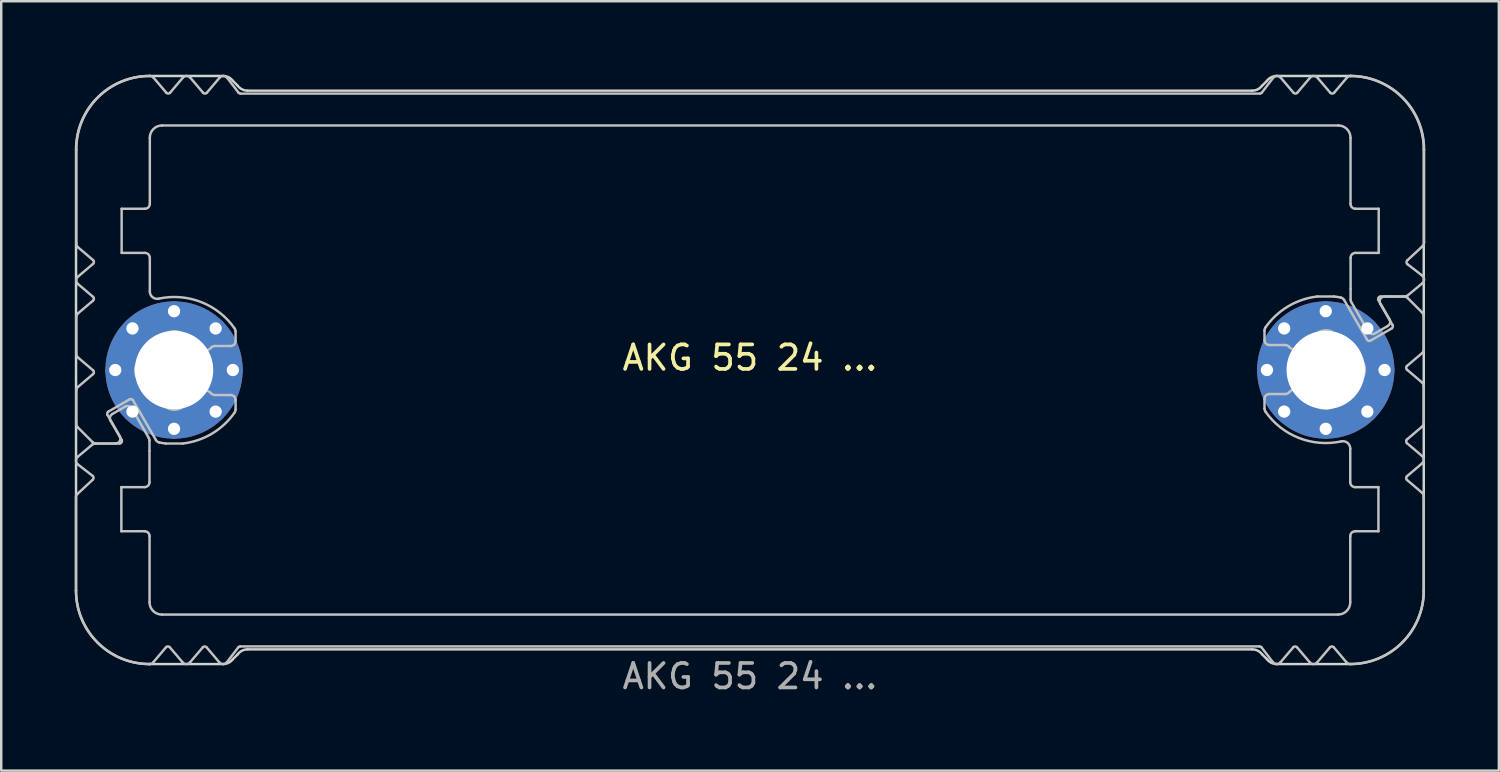
<source format=kicad_pcb>
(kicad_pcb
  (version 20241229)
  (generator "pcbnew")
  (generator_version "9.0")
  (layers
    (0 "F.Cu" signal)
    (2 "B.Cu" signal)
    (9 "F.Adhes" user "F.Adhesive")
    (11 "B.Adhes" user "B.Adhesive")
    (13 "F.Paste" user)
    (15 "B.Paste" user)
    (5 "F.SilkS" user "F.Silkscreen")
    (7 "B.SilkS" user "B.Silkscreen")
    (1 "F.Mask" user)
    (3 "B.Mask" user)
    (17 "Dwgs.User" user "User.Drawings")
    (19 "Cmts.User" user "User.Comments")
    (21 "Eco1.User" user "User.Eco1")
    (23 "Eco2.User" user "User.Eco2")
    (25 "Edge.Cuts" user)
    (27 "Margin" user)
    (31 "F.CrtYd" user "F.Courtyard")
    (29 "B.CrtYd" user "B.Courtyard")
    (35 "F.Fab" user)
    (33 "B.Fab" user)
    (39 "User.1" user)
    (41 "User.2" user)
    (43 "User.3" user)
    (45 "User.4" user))
  (footprint "AKG 55 24 ..."
    (layer "F.Cu")
    (at 27.553 12.05)
    (property "Reference" "AKG 55 24 ..." (at 0 -0.5 0) (unlocked yes) (layer "F.SilkS") (effects (font (size 1 1) (thickness 0.15))))
    (attr exclude_from_pos_files dnp)
    (fp_poly (pts (xy -20.9 -11.3) (xy 4 -11.3) (xy 4 -10) (xy -24.5 -10) (xy -24.5 -12) (xy -23.8 -11.2) (xy -23.05 -12) (xy -22.3 -11.2) (xy -21.55 -12)) (stroke (width 0.1) (type solid)) (fill yes) (layer "B.Mask"))
    (fp_poly (pts (xy -20.85 11.3) (xy 4.05 11.3) (xy 4.05 10) (xy -24.45 10) (xy -24.45 12) (xy -23.75 11.2) (xy -23 12) (xy -22.25 11.2) (xy -21.5 12)) (stroke (width 0.1) (type solid)) (fill yes) (layer "B.Mask"))
    (fp_poly (pts (xy 20.854 -11.3) (xy 3.954 -11.3) (xy 3.954 -10) (xy 24.454 -10) (xy 24.454 -12) (xy 23.754 -11.2) (xy 23.004 -12) (xy 22.254 -11.2) (xy 21.504 -12)) (stroke (width 0.1) (type solid)) (fill yes) (layer "B.Mask"))
    (fp_poly (pts (xy 20.854 11.3) (xy 3.954 11.3) (xy 3.954 10) (xy 24.454 10) (xy 24.454 12) (xy 23.754 11.2) (xy 23.004 12) (xy 22.254 11.2) (xy 21.504 12)) (stroke (width 0.1) (type solid)) (fill yes) (layer "B.Mask"))
    (fp_poly (pts (xy -24.546 6.7) (xy -25.646 6.7) (xy -25.646 4.7) (xy -24.546 4.7) (xy -24.546 3) (xy -26.646 3) (xy -27.446 3.7) (xy -26.646 4.4) (xy -27.446 5.1) (xy -27.446 12) (xy -24.546 12)) (stroke (width 0.1) (type solid)) (fill yes) (layer "B.Mask"))
    (fp_poly (pts (xy 24.554 -6.7) (xy 25.654 -6.7) (xy 25.654 -4.7) (xy 24.554 -4.7) (xy 24.5 -3) (xy 26.654 -3) (xy 27.454 -3.7) (xy 26.654 -4.4) (xy 27.454 -5.1) (xy 27.454 -12) (xy 24.554 -12)) (stroke (width 0.1) (type solid)) (fill yes) (layer "B.Mask"))
    (fp_poly (pts (xy -24.546 -6.7) (xy -25.646 -6.7) (xy -25.646 -4.7) (xy -24.546 -4.7) (xy -24.546 3) (xy -26.8 3) (xy -27.5 2.3) (xy -27.5 0.8) (xy -26.646 0.1) (xy -27.446 -0.6) (xy -27.446 -2.2) (xy -26.546 -2.9) (xy -27.446 -3.7) (xy -26.646 -4.4) (xy -27.446 -5.1) (xy -27.446 -12) (xy -24.546 -12)) (stroke (width 0.1) (type solid)) (fill yes) (layer "B.Mask"))
    (fp_poly (pts (xy 24.554 6.7) (xy 25.654 6.7) (xy 25.654 4.7) (xy 24.554 4.7) (xy 24.5 -3) (xy 26.654 -3) (xy 27.5 -2.3) (xy 27.5 -0.8) (xy 26.654 -0.1) (xy 27.454 0.6) (xy 27.454 2.2) (xy 26.554 2.9) (xy 27.454 3.7) (xy 26.654 4.4) (xy 27.454 5.1) (xy 27.454 12) (xy 24.554 12)) (stroke (width 0.1) (type solid)) (fill yes) (layer "B.Mask"))
    (fp_line (start -27.502 9) (end -27.502 5.214) (stroke (width 0.1) (type solid)) (layer "Dwgs.User"))
    (fp_line (start -27.489 -0.66) (end -27.489 -2.16) (stroke (width 0.1) (type solid)) (layer "Dwgs.User"))
    (fp_line (start -27.489 2.197) (end -27.489 0.84) (stroke (width 0.1) (type solid)) (layer "Dwgs.User"))
    (fp_line (start -27.489 -5.171) (end -27.489 -9) (stroke (width 0.1) (type solid)) (layer "Dwgs.User"))
    (fp_line (start -27.439 5.053) (end -26.815 4.473) (stroke (width 0.1) (type solid)) (layer "Dwgs.User"))
    (fp_line (start -27.433 3.543) (end -26.839 3.046) (stroke (width 0.1) (type solid)) (layer "Dwgs.User"))
    (fp_line (start -27.419 -3.812) (end -26.805 -4.334) (stroke (width 0.1) (type solid)) (layer "Dwgs.User"))
    (fp_line (start -27.419 -2.312) (end -26.805 -2.834) (stroke (width 0.1) (type solid)) (layer "Dwgs.User"))
    (fp_line (start -27.419 0.688) (end -26.805 0.166) (stroke (width 0.1) (type solid)) (layer "Dwgs.User"))
    (fp_line (start -26.828 2.941) (end -27.431 2.339) (stroke (width 0.1) (type solid)) (layer "Dwgs.User"))
    (fp_line (start -26.822 4.321) (end -27.425 3.853) (stroke (width 0.1) (type solid)) (layer "Dwgs.User"))
    (fp_line (start -26.805 -4.486) (end -27.419 -5.008) (stroke (width 0.1) (type solid)) (layer "Dwgs.User"))
    (fp_line (start -26.805 -2.986) (end -27.419 -3.508) (stroke (width 0.1) (type solid)) (layer "Dwgs.User"))
    (fp_line (start -26.805 0.014) (end -27.419 -0.508) (stroke (width 0.1) (type solid)) (layer "Dwgs.User"))
    (fp_line (start -26.71 3) (end -25.727 3) (stroke (width 0.1) (type solid)) (layer "Dwgs.User"))
    (fp_line (start -26.216 1.834) (end -25.716 2.7) (stroke (width 0.1) (type solid)) (layer "Dwgs.User"))
    (fp_line (start -26.018 1.795) (end -25.683 1.602) (stroke (width 0.1) (type solid)) (layer "Dwgs.User"))
    (fp_line (start -25.889 3) (end -26.686 3) (stroke (width 0.1) (type solid)) (layer "Dwgs.User"))
    (fp_line (start -25.683 1.602) (end -25.499 1.495) (stroke (width 0.1) (type solid)) (layer "Dwgs.User"))
    (fp_line (start -25.65 4.78) (end -25.65 6.58) (stroke (width 0.1) (type solid)) (layer "Dwgs.User"))
    (fp_line (start -25.65 6.58) (end -24.7 6.58) (stroke (width 0.1) (type solid)) (layer "Dwgs.User"))
    (fp_line (start -25.64 2.85) (end -26.092 2.068) (stroke (width 0.1) (type solid)) (layer "Dwgs.User"))
    (fp_line (start -25.639 -6.58) (end -25.639 -4.78) (stroke (width 0.1) (type solid)) (layer "Dwgs.User"))
    (fp_line (start -25.639 -4.78) (end -24.689 -4.78) (stroke (width 0.1) (type solid)) (layer "Dwgs.User"))
    (fp_line (start -25.313 1.197) (end -26.179 1.697) (stroke (width 0.1) (type solid)) (layer "Dwgs.User"))
    (fp_line (start -25.225 1.568) (end -24.53 2.773) (stroke (width 0.1) (type solid)) (layer "Dwgs.User"))
    (fp_line (start -24.703 4.78) (end -25.65 4.78) (stroke (width 0.1) (type solid)) (layer "Dwgs.User"))
    (fp_line (start -24.689 -6.58) (end -25.639 -6.58) (stroke (width 0.1) (type solid)) (layer "Dwgs.User"))
    (fp_line (start -24.503 2.873) (end -24.503 3.3) (stroke (width 0.1) (type solid)) (layer "Dwgs.User"))
    (fp_line (start -24.503 3.305) (end -24.503 4.58) (stroke (width 0.1) (type solid)) (layer "Dwgs.User"))
    (fp_line (start -24.502 12) (end -24.502 12) (stroke (width 0.1) (type solid)) (layer "Dwgs.User"))
    (fp_line (start -24.501 12) (end -24.502 12) (stroke (width 0.1) (type solid)) (layer "Dwgs.User"))
    (fp_line (start -24.5 6.78) (end -24.5 9.48) (stroke (width 0.1) (type solid)) (layer "Dwgs.User"))
    (fp_line (start -24.489 -9.48) (end -24.489 -6.78) (stroke (width 0.1) (type solid)) (layer "Dwgs.User"))
    (fp_line (start -24.489 -4.58) (end -24.489 -3.205) (stroke (width 0.1) (type solid)) (layer "Dwgs.User"))
    (fp_line (start -24.336 -11.929) (end -23.815 -11.315) (stroke (width 0.1) (type solid)) (layer "Dwgs.User"))
    (fp_line (start -24.238 2.86) (end -25.177 1.234) (stroke (width 0.1) (type solid)) (layer "Dwgs.User"))
    (fp_line (start -24 9.98) (end 24 9.98) (stroke (width 0.1) (type solid)) (layer "Dwgs.User"))
    (fp_line (start -23.829 11.315) (end -24.349 11.929) (stroke (width 0.1) (type solid)) (layer "Dwgs.User"))
    (fp_line (start -23.663 -11.315) (end -23.142 -11.929) (stroke (width 0.1) (type solid)) (layer "Dwgs.User"))
    (fp_line (start -23.164 11.914) (end -23.674 11.315) (stroke (width 0.1) (type solid)) (layer "Dwgs.User"))
    (fp_line (start -23.143 3) (end -23.835 3) (stroke (width 0.1) (type solid)) (layer "Dwgs.User"))
    (fp_line (start -22.837 -11.929) (end -22.315 -11.315) (stroke (width 0.1) (type solid)) (layer "Dwgs.User"))
    (fp_line (start -22.326 11.315) (end -22.848 11.929) (stroke (width 0.1) (type solid)) (layer "Dwgs.User"))
    (fp_line (start -22.163 -11.315) (end -21.642 -11.929) (stroke (width 0.1) (type solid)) (layer "Dwgs.User"))
    (fp_line (start -21.838 1.02) (end -21.189 1.02) (stroke (width 0.1) (type solid)) (layer "Dwgs.User"))
    (fp_line (start -21.653 11.929) (end -22.174 11.315) (stroke (width 0.1) (type solid)) (layer "Dwgs.User"))
    (fp_line (start -21.33 -11.922) (end -20.869 -11.319) (stroke (width 0.1) (type solid)) (layer "Dwgs.User"))
    (fp_line (start -21.189 -0.98) (end -21.838 -0.98) (stroke (width 0.1) (type solid)) (layer "Dwgs.User"))
    (fp_line (start -20.989 -1.577) (end -20.989 -1.18) (stroke (width 0.1) (type solid)) (layer "Dwgs.User"))
    (fp_line (start -20.989 1.22) (end -20.989 1.617) (stroke (width 0.1) (type solid)) (layer "Dwgs.User"))
    (fp_line (start -20.879 11.319) (end -21.341 11.922) (stroke (width 0.1) (type solid)) (layer "Dwgs.User"))
    (fp_line (start -20.789 -11.28) (end 20.811 -11.28) (stroke (width 0.1) (type solid)) (layer "Dwgs.User"))
    (fp_line (start 20.8 11.28) (end -20.8 11.28) (stroke (width 0.1) (type solid)) (layer "Dwgs.User"))
    (fp_line (start 20.89 -11.319) (end 21.352 -11.922) (stroke (width 0.1) (type solid)) (layer "Dwgs.User"))
    (fp_line (start 21 -1.22) (end 21 -1.617) (stroke (width 0.1) (type solid)) (layer "Dwgs.User"))
    (fp_line (start 21 1.577) (end 21 1.18) (stroke (width 0.1) (type solid)) (layer "Dwgs.User"))
    (fp_line (start 21.2 0.98) (end 21.849 0.98) (stroke (width 0.1) (type solid)) (layer "Dwgs.User"))
    (fp_line (start 21.341 11.922) (end 20.879 11.319) (stroke (width 0.1) (type solid)) (layer "Dwgs.User"))
    (fp_line (start 21.663 -11.929) (end 22.185 -11.315) (stroke (width 0.1) (type solid)) (layer "Dwgs.User"))
    (fp_line (start 21.849 -1.02) (end 21.2 -1.02) (stroke (width 0.1) (type solid)) (layer "Dwgs.User"))
    (fp_line (start 22.174 11.315) (end 21.652 11.929) (stroke (width 0.1) (type solid)) (layer "Dwgs.User"))
    (fp_line (start 22.337 -11.315) (end 22.858 -11.929) (stroke (width 0.1) (type solid)) (layer "Dwgs.User"))
    (fp_line (start 22.847 11.929) (end 22.326 11.315) (stroke (width 0.1) (type solid)) (layer "Dwgs.User"))
    (fp_line (start 23.154 -3) (end 23.846 -3) (stroke (width 0.1) (type solid)) (layer "Dwgs.User"))
    (fp_line (start 23.175 -11.914) (end 23.685 -11.315) (stroke (width 0.1) (type solid)) (layer "Dwgs.User"))
    (fp_line (start 23.674 11.315) (end 23.152 11.929) (stroke (width 0.1) (type solid)) (layer "Dwgs.User"))
    (fp_line (start 23.84 -11.315) (end 24.36 -11.929) (stroke (width 0.1) (type solid)) (layer "Dwgs.User"))
    (fp_line (start 24.011 -9.98) (end -23.989 -9.98) (stroke (width 0.1) (type solid)) (layer "Dwgs.User"))
    (fp_line (start 24.249 -2.86) (end 25.188 -1.234) (stroke (width 0.1) (type solid)) (layer "Dwgs.User"))
    (fp_line (start 24.346 11.929) (end 23.826 11.315) (stroke (width 0.1) (type solid)) (layer "Dwgs.User"))
    (fp_line (start 24.5 4.58) (end 24.5 3.205) (stroke (width 0.1) (type solid)) (layer "Dwgs.User"))
    (fp_line (start 24.5 9.48) (end 24.5 6.78) (stroke (width 0.1) (type solid)) (layer "Dwgs.User"))
    (fp_line (start 24.511 -6.78) (end 24.511 -9.48) (stroke (width 0.1) (type solid)) (layer "Dwgs.User"))
    (fp_line (start 24.512 -12) (end 24.512 -12) (stroke (width 0.1) (type solid)) (layer "Dwgs.User"))
    (fp_line (start 24.512 -12) (end 24.513 -12) (stroke (width 0.1) (type solid)) (layer "Dwgs.User"))
    (fp_line (start 24.514 -3.305) (end 24.514 -4.58) (stroke (width 0.1) (type solid)) (layer "Dwgs.User"))
    (fp_line (start 24.514 -2.873) (end 24.514 -3.3) (stroke (width 0.1) (type solid)) (layer "Dwgs.User"))
    (fp_line (start 24.7 6.58) (end 25.65 6.58) (stroke (width 0.1) (type solid)) (layer "Dwgs.User"))
    (fp_line (start 24.714 -4.78) (end 25.661 -4.78) (stroke (width 0.1) (type solid)) (layer "Dwgs.User"))
    (fp_line (start 25.236 -1.568) (end 24.541 -2.773) (stroke (width 0.1) (type solid)) (layer "Dwgs.User"))
    (fp_line (start 25.324 -1.197) (end 26.19 -1.697) (stroke (width 0.1) (type solid)) (layer "Dwgs.User"))
    (fp_line (start 25.65 4.78) (end 24.7 4.78) (stroke (width 0.1) (type solid)) (layer "Dwgs.User"))
    (fp_line (start 25.65 6.58) (end 25.65 4.78) (stroke (width 0.1) (type solid)) (layer "Dwgs.User"))
    (fp_line (start 25.651 -2.85) (end 26.102 -2.068) (stroke (width 0.1) (type solid)) (layer "Dwgs.User"))
    (fp_line (start 25.661 -6.58) (end 24.711 -6.58) (stroke (width 0.1) (type solid)) (layer "Dwgs.User"))
    (fp_line (start 25.661 -4.78) (end 25.661 -6.58) (stroke (width 0.1) (type solid)) (layer "Dwgs.User"))
    (fp_line (start 25.694 -1.602) (end 25.509 -1.495) (stroke (width 0.1) (type solid)) (layer "Dwgs.User"))
    (fp_line (start 25.9 -3) (end 26.697 -3) (stroke (width 0.1) (type solid)) (layer "Dwgs.User"))
    (fp_line (start 26.029 -1.795) (end 25.694 -1.602) (stroke (width 0.1) (type solid)) (layer "Dwgs.User"))
    (fp_line (start 26.227 -1.834) (end 25.727 -2.7) (stroke (width 0.1) (type solid)) (layer "Dwgs.User"))
    (fp_line (start 26.721 -3) (end 25.738 -3) (stroke (width 0.1) (type solid)) (layer "Dwgs.User"))
    (fp_line (start 26.815 -0.014) (end 27.429 0.508) (stroke (width 0.1) (type solid)) (layer "Dwgs.User"))
    (fp_line (start 26.815 2.986) (end 27.429 3.508) (stroke (width 0.1) (type solid)) (layer "Dwgs.User"))
    (fp_line (start 26.815 4.486) (end 27.429 5.008) (stroke (width 0.1) (type solid)) (layer "Dwgs.User"))
    (fp_line (start 26.832 -4.321) (end 27.436 -3.853) (stroke (width 0.1) (type solid)) (layer "Dwgs.User"))
    (fp_line (start 26.839 -2.941) (end 27.441 -2.339) (stroke (width 0.1) (type solid)) (layer "Dwgs.User"))
    (fp_line (start 27.429 -0.688) (end 26.815 -0.166) (stroke (width 0.1) (type solid)) (layer "Dwgs.User"))
    (fp_line (start 27.429 2.312) (end 26.815 2.834) (stroke (width 0.1) (type solid)) (layer "Dwgs.User"))
    (fp_line (start 27.429 3.812) (end 26.815 4.334) (stroke (width 0.1) (type solid)) (layer "Dwgs.User"))
    (fp_line (start 27.443 -3.543) (end 26.849 -3.047) (stroke (width 0.1) (type solid)) (layer "Dwgs.User"))
    (fp_line (start 27.45 -5.053) (end 26.826 -4.473) (stroke (width 0.1) (type solid)) (layer "Dwgs.User"))
    (fp_line (start 27.5 5.171) (end 27.499 9) (stroke (width 0.1) (type solid)) (layer "Dwgs.User"))
    (fp_line (start 27.5 -2.197) (end 27.5 -0.84) (stroke (width 0.1) (type solid)) (layer "Dwgs.User"))
    (fp_line (start 27.5 0.66) (end 27.5 2.16) (stroke (width 0.1) (type solid)) (layer "Dwgs.User"))
    (fp_line (start 27.513 -9) (end 27.513 -5.215) (stroke (width 0.1) (type solid)) (layer "Dwgs.User"))
    (fp_arc (start -27.502431 5.214496) (mid -27.48921 5.126511) (end -27.439103 5.05299) (stroke (width 0.1) (type solid)) (layer "Dwgs.User"))
    (fp_arc (start -27.48919 -2.16003) (mid -27.470691 -2.24403) (end -27.418628 -2.312496) (stroke (width 0.1) (type solid)) (layer "Dwgs.User"))
    (fp_arc (start -27.48919 0.83997) (mid -27.470691 0.75597) (end -27.418628 0.687504) (stroke (width 0.1) (type solid)) (layer "Dwgs.User"))
    (fp_arc (start -27.488629 -9.00003) (mid -26.609776 -11.121528) (end -24.488132 -12.00003) (stroke (width 0.1) (type solid)) (layer "Dwgs.User"))
    (fp_arc (start -27.430611 2.338548) (mid -27.473952 2.273658) (end -27.48919 2.197127) (stroke (width 0.1) (type solid)) (layer "Dwgs.User"))
    (fp_arc (start -27.425499 3.853059) (mid -27.502937 3.699538) (end -27.432592 3.542641) (stroke (width 0.1) (type solid)) (layer "Dwgs.User"))
    (fp_arc (start -27.418628 -5.007564) (mid -27.473021 -5.081251) (end -27.488863 -5.171459) (stroke (width 0.1) (type solid)) (layer "Dwgs.User"))
    (fp_arc (start -27.418628 -3.507564) (mid -27.489188 -3.66003) (end -27.418628 -3.812496) (stroke (width 0.1) (type solid)) (layer "Dwgs.User"))
    (fp_arc (start -27.418628 -0.507564) (mid -27.470694 -0.576029) (end -27.48919 -0.66003) (stroke (width 0.1) (type solid)) (layer "Dwgs.User"))
    (fp_arc (start -26.838668 3.046481) (mid -26.778648 3.011946) (end -26.710445 2.99997) (stroke (width 0.1) (type solid)) (layer "Dwgs.User"))
    (fp_arc (start -26.821739 4.320925) (mid -26.783088 4.395508) (end -26.814937 4.473239) (stroke (width 0.1) (type solid)) (layer "Dwgs.User"))
    (fp_arc (start -26.804583 -4.486263) (mid -26.769295 -4.41003) (end -26.804583 -4.333797) (stroke (width 0.1) (type solid)) (layer "Dwgs.User"))
    (fp_arc (start -26.804583 -2.986263) (mid -26.769295 -2.91003) (end -26.804583 -2.833797) (stroke (width 0.1) (type solid)) (layer "Dwgs.User"))
    (fp_arc (start -26.804583 0.013737) (mid -26.769295 0.08997) (end -26.804583 0.166203) (stroke (width 0.1) (type solid)) (layer "Dwgs.User"))
    (fp_arc (start -26.686347 2.99997) (mid -26.762877 2.984729) (end -26.827769 2.941391) (stroke (width 0.1) (type solid)) (layer "Dwgs.User"))
    (fp_arc (start -26.215985 1.833944) (mid -26.225952 1.758068) (end -26.179382 1.697342) (stroke (width 0.1) (type solid)) (layer "Dwgs.User"))
    (fp_arc (start -26.091514 2.068343) (mid -26.111468 1.916586) (end -26.018309 1.795138) (stroke (width 0.1) (type solid)) (layer "Dwgs.User"))
    (fp_arc (start -25.715985 2.69997) (mid -25.715978 2.899974) (end -25.88919 2.99997) (stroke (width 0.1) (type solid)) (layer "Dwgs.User"))
    (fp_arc (start -25.640241 2.84997) (mid -25.640233 2.949974) (end -25.726844 2.99997) (stroke (width 0.1) (type solid)) (layer "Dwgs.User"))
    (fp_arc (start -25.498694 1.495138) (mid -25.346932 1.475166) (end -25.225489 1.568343) (stroke (width 0.1) (type solid)) (layer "Dwgs.User"))
    (fp_arc (start -25.313357 1.197342) (mid -25.237484 1.187387) (end -25.176754 1.233944) (stroke (width 0.1) (type solid)) (layer "Dwgs.User"))
    (fp_arc (start -24.700049 6.57997) (mid -24.558651 6.638572) (end -24.500049 6.77997) (stroke (width 0.1) (type solid)) (layer "Dwgs.User"))
    (fp_arc (start -24.68919 -4.78003) (mid -24.547772 -4.721448) (end -24.48919 -4.58003) (stroke (width 0.1) (type solid)) (layer "Dwgs.User"))
    (fp_arc (start -24.65419 -0.556897) (mid -24.408426 -0.899266) (end -24.066057 -1.14503) (stroke (width 0.1) (type solid)) (layer "Dwgs.User"))
    (fp_arc (start -24.65419 0.596836) (mid -25.08919 0.019969) (end -24.65419 -0.556897) (stroke (width 0.1) (type solid)) (layer "Dwgs.User"))
    (fp_arc (start -24.529787 2.773333) (mid -24.509797 2.821567) (end -24.502992 2.873333) (stroke (width 0.1) (type solid)) (layer "Dwgs.User"))
    (fp_arc (start -24.502992 4.57997) (mid -24.561565 4.721397) (end -24.702992 4.77997) (stroke (width 0.1) (type solid)) (layer "Dwgs.User"))
    (fp_arc (start -24.501935 11.99997) (mid -26.623559 11.121448) (end -27.502431 8.99997) (stroke (width 0.1) (type solid)) (layer "Dwgs.User"))
    (fp_arc (start -24.48919 -9.48003) (mid -24.342738 -9.833578) (end -23.98919 -9.98003) (stroke (width 0.1) (type solid)) (layer "Dwgs.User"))
    (fp_arc (start -24.48919 -6.78003) (mid -24.547762 -6.638602) (end -24.68919 -6.58003) (stroke (width 0.1) (type solid)) (layer "Dwgs.User"))
    (fp_arc (start -24.488132 -12.00003) (mid -24.404059 -11.98147) (end -24.335563 -11.929306) (stroke (width 0.1) (type solid)) (layer "Dwgs.User"))
    (fp_arc (start -24.349192 11.929246) (mid -24.417408 11.9813) (end -24.501161 11.999969) (stroke (width 0.1) (type solid)) (layer "Dwgs.User"))
    (fp_arc (start -24.125554 -2.911761) (mid -24.377487 -2.97138) (end -24.48919 -3.204934) (stroke (width 0.1) (type solid)) (layer "Dwgs.User"))
    (fp_arc (start -24.125554 -2.911761) (mid -22.390142 -2.771458) (end -21.024904 -1.690965) (stroke (width 0.1) (type solid)) (layer "Dwgs.User"))
    (fp_arc (start -24.105732 2.955932) (mid -24.181984 2.922143) (end -24.237834 2.860201) (stroke (width 0.1) (type solid)) (layer "Dwgs.User"))
    (fp_arc (start -24.066057 -1.14503) (mid -23.48919 -1.58003) (end -22.912323 -1.14503) (stroke (width 0.1) (type solid)) (layer "Dwgs.User"))
    (fp_arc (start -24.066057 1.18497) (mid -24.40843 0.939209) (end -24.65419 0.596836) (stroke (width 0.1) (type solid)) (layer "Dwgs.User"))
    (fp_arc (start -24.000049 9.97997) (mid -24.353577 9.833498) (end -24.500049 9.47997) (stroke (width 0.1) (type solid)) (layer "Dwgs.User"))
    (fp_arc (start -23.835022 2.99997) (mid -23.970881 2.981048) (end -24.105732 2.955932) (stroke (width 0.1) (type solid)) (layer "Dwgs.User"))
    (fp_arc (start -23.829121 11.315332) (mid -23.751541 11.278264) (end -23.673885 11.315171) (stroke (width 0.1) (type solid)) (layer "Dwgs.User"))
    (fp_arc (start -23.662951 -11.315318) (mid -23.739181 -11.280019) (end -23.815417 -11.315305) (stroke (width 0.1) (type solid)) (layer "Dwgs.User"))
    (fp_arc (start -23.141667 -11.929455) (mid -22.98919 -12.000029) (end -22.836712 -11.929455) (stroke (width 0.1) (type solid)) (layer "Dwgs.User"))
    (fp_arc (start -22.912323 -1.14503) (mid -22.730199 -1.035459) (end -22.568362 -0.897677) (stroke (width 0.1) (type solid)) (layer "Dwgs.User"))
    (fp_arc (start -22.912323 1.18497) (mid -23.48919 1.61997) (end -24.066057 1.18497) (stroke (width 0.1) (type solid)) (layer "Dwgs.User"))
    (fp_arc (start -22.847571 11.929394) (mid -23.009557 11.999707) (end -23.164131 11.914325) (stroke (width 0.1) (type solid)) (layer "Dwgs.User"))
    (fp_arc (start -22.568362 0.937617) (mid -22.730203 1.075392) (end -22.912323 1.18497) (stroke (width 0.1) (type solid)) (layer "Dwgs.User"))
    (fp_arc (start -22.568362 0.937617) (mid -22.274243 0.820096) (end -21.986888 0.953303) (stroke (width 0.1) (type solid)) (layer "Dwgs.User"))
    (fp_arc (start -22.326288 11.315258) (mid -22.250049 11.27997) (end -22.17381 11.315258) (stroke (width 0.1) (type solid)) (layer "Dwgs.User"))
    (fp_arc (start -22.162951 -11.315318) (mid -22.23919 -11.28003) (end -22.315429 -11.315318) (stroke (width 0.1) (type solid)) (layer "Dwgs.User"))
    (fp_arc (start -21.986888 -0.913364) (mid -22.274244 -0.780195) (end -22.568362 -0.897677) (stroke (width 0.1) (type solid)) (layer "Dwgs.User"))
    (fp_arc (start -21.986888 -0.913364) (mid -21.919468 -0.962607) (end -21.837817 -0.98003) (stroke (width 0.1) (type solid)) (layer "Dwgs.User"))
    (fp_arc (start -21.837817 1.01997) (mid -21.919464 1.002537) (end -21.986888 0.953303) (stroke (width 0.1) (type solid)) (layer "Dwgs.User"))
    (fp_arc (start -21.641667 -11.929455) (mid -21.484216 -11.999958) (end -21.330466 -11.921713) (stroke (width 0.1) (type solid)) (layer "Dwgs.User"))
    (fp_arc (start -21.341325 11.921653) (mid -21.495076 11.999873) (end -21.652527 11.929394) (stroke (width 0.1) (type solid)) (layer "Dwgs.User"))
    (fp_arc (start -21.18919 1.01997) (mid -21.047772 1.078552) (end -20.98919 1.21997) (stroke (width 0.1) (type solid)) (layer "Dwgs.User"))
    (fp_arc (start -21.024904 -1.690965) (mid -20.998333 -1.636662) (end -20.98919 -1.576902) (stroke (width 0.1) (type solid)) (layer "Dwgs.User"))
    (fp_arc (start -21.024904 1.730904) (mid -21.947492 2.593529) (end -23.143358 2.99997) (stroke (width 0.1) (type solid)) (layer "Dwgs.User"))
    (fp_arc (start -20.98919 -1.18003) (mid -21.047762 -1.038602) (end -21.18919 -0.98003) (stroke (width 0.1) (type solid)) (layer "Dwgs.User"))
    (fp_arc (start -20.98919 1.616842) (mid -20.998317 1.676607) (end -21.024904 1.730904) (stroke (width 0.1) (type solid)) (layer "Dwgs.User"))
    (fp_arc (start -20.879411 11.319129) (mid -20.844304 11.290279) (end -20.800049 11.27997) (stroke (width 0.1) (type solid)) (layer "Dwgs.User"))
    (fp_arc (start -20.78919 -11.28003) (mid -20.83344 -11.29035) (end -20.868552 -11.319189) (stroke (width 0.1) (type solid)) (layer "Dwgs.User"))
    (fp_arc (start 20.799951 11.27997) (mid 20.844205 11.290294) (end 20.879313 11.319129) (stroke (width 0.1) (type solid)) (layer "Dwgs.User"))
    (fp_arc (start 20.890172 -11.319189) (mid 20.855062 -11.290341) (end 20.81081 -11.28003) (stroke (width 0.1) (type solid)) (layer "Dwgs.User"))
    (fp_arc (start 20.999951 -1.616902) (mid 21.009091 -1.676662) (end 21.035665 -1.730964) (stroke (width 0.1) (type solid)) (layer "Dwgs.User"))
    (fp_arc (start 20.999951 1.17997) (mid 21.058508 1.038521) (end 21.199951 0.97997) (stroke (width 0.1) (type solid)) (layer "Dwgs.User"))
    (fp_arc (start 21.035665 -1.730964) (mid 21.95825 -2.593594) (end 23.154119 -3.00003) (stroke (width 0.1) (type solid)) (layer "Dwgs.User"))
    (fp_arc (start 21.035665 1.690905) (mid 21.009083 1.636604) (end 20.999951 1.576842) (stroke (width 0.1) (type solid)) (layer "Dwgs.User"))
    (fp_arc (start 21.199951 -1.02003) (mid 21.058537 -1.078622) (end 20.999951 -1.22003) (stroke (width 0.1) (type solid)) (layer "Dwgs.User"))
    (fp_arc (start 21.352086 -11.921713) (mid 21.505833 -11.999949) (end 21.663288 -11.929455) (stroke (width 0.1) (type solid)) (layer "Dwgs.User"))
    (fp_arc (start 21.652429 11.929394) (mid 21.494997 11.999846) (end 21.341227 11.921653) (stroke (width 0.1) (type solid)) (layer "Dwgs.User"))
    (fp_arc (start 21.848578 -1.02003) (mid 21.930228 -1.002607) (end 21.997649 -0.953363) (stroke (width 0.1) (type solid)) (layer "Dwgs.User"))
    (fp_arc (start 21.997649 0.913304) (mid 21.930221 0.96252) (end 21.848578 0.97997) (stroke (width 0.1) (type solid)) (layer "Dwgs.User"))
    (fp_arc (start 21.997649 0.913304) (mid 22.285007 0.78012) (end 22.579123 0.897617) (stroke (width 0.1) (type solid)) (layer "Dwgs.User"))
    (fp_arc (start 22.173712 11.315258) (mid 22.249951 11.27997) (end 22.32619 11.315258) (stroke (width 0.1) (type solid)) (layer "Dwgs.User"))
    (fp_arc (start 22.337049 -11.315318) (mid 22.26081 -11.28003) (end 22.184571 -11.315318) (stroke (width 0.1) (type solid)) (layer "Dwgs.User"))
    (fp_arc (start 22.579123 -0.937677) (mid 22.285008 -0.820173) (end 21.997649 -0.953363) (stroke (width 0.1) (type solid)) (layer "Dwgs.User"))
    (fp_arc (start 22.579123 -0.937677) (mid 22.740962 -1.075457) (end 22.923084 -1.18503) (stroke (width 0.1) (type solid)) (layer "Dwgs.User"))
    (fp_arc (start 22.858333 -11.929455) (mid 23.020316 -11.999785) (end 23.174892 -11.914385) (stroke (width 0.1) (type solid)) (layer "Dwgs.User"))
    (fp_arc (start 22.923084 -1.18503) (mid 23.499951 -1.62003) (end 24.076818 -1.18503) (stroke (width 0.1) (type solid)) (layer "Dwgs.User"))
    (fp_arc (start 22.923084 1.14497) (mid 22.740965 1.035392) (end 22.579123 0.897617) (stroke (width 0.1) (type solid)) (layer "Dwgs.User"))
    (fp_arc (start 23.152429 11.929394) (mid 22.999951 11.99997) (end 22.847473 11.929394) (stroke (width 0.1) (type solid)) (layer "Dwgs.User"))
    (fp_arc (start 23.673712 11.315258) (mid 23.749959 11.279908) (end 23.826178 11.315245) (stroke (width 0.1) (type solid)) (layer "Dwgs.User"))
    (fp_arc (start 23.839882 -11.315392) (mid 23.762303 -11.278341) (end 23.684646 -11.315231) (stroke (width 0.1) (type solid)) (layer "Dwgs.User"))
    (fp_arc (start 23.845783 -3.00003) (mid 23.981642 -2.981106) (end 24.116493 -2.955992) (stroke (width 0.1) (type solid)) (layer "Dwgs.User"))
    (fp_arc (start 24.01081 -9.98003) (mid 24.364368 -9.833582) (end 24.51081 -9.48003) (stroke (width 0.1) (type solid)) (layer "Dwgs.User"))
    (fp_arc (start 24.076818 -1.18503) (mid 24.419179 -0.939258) (end 24.664951 -0.596896) (stroke (width 0.1) (type solid)) (layer "Dwgs.User"))
    (fp_arc (start 24.076818 1.14497) (mid 23.499951 1.57997) (end 22.923084 1.14497) (stroke (width 0.1) (type solid)) (layer "Dwgs.User"))
    (fp_arc (start 24.116493 -2.955992) (mid 24.19276 -2.922223) (end 24.248595 -2.860261) (stroke (width 0.1) (type solid)) (layer "Dwgs.User"))
    (fp_arc (start 24.136315 2.9117) (mid 22.400893 2.771423) (end 21.035665 1.690905) (stroke (width 0.1) (type solid)) (layer "Dwgs.User"))
    (fp_arc (start 24.136315 2.9117) (mid 24.388259 2.971301) (end 24.499951 3.204873) (stroke (width 0.1) (type solid)) (layer "Dwgs.User"))
    (fp_arc (start 24.359953 -11.929306) (mid 24.428162 -11.98138) (end 24.511922 -12.000029) (stroke (width 0.1) (type solid)) (layer "Dwgs.User"))
    (fp_arc (start 24.498893 11.99997) (mid 24.414817 11.981423) (end 24.346324 11.929246) (stroke (width 0.1) (type solid)) (layer "Dwgs.User"))
    (fp_arc (start 24.499951 6.77997) (mid 24.558508 6.638521) (end 24.699951 6.57997) (stroke (width 0.1) (type solid)) (layer "Dwgs.User"))
    (fp_arc (start 24.499951 9.47997) (mid 24.353499 9.833518) (end 23.999951 9.97997) (stroke (width 0.1) (type solid)) (layer "Dwgs.User"))
    (fp_arc (start 24.512696 -12.00003) (mid 26.634342 -11.121531) (end 27.513192 -9.00003) (stroke (width 0.1) (type solid)) (layer "Dwgs.User"))
    (fp_arc (start 24.513753 -4.58003) (mid 24.572345 -4.721413) (end 24.713753 -4.78003) (stroke (width 0.1) (type solid)) (layer "Dwgs.User"))
    (fp_arc (start 24.540548 -2.773393) (mid 24.520561 -2.821628) (end 24.513753 -2.873393) (stroke (width 0.1) (type solid)) (layer "Dwgs.User"))
    (fp_arc (start 24.664951 -0.596896) (mid 25.099993 -0.02003) (end 24.664951 0.556837) (stroke (width 0.1) (type solid)) (layer "Dwgs.User"))
    (fp_arc (start 24.664951 0.556837) (mid 24.419184 0.899202) (end 24.076818 1.14497) (stroke (width 0.1) (type solid)) (layer "Dwgs.User"))
    (fp_arc (start 24.699951 4.77997) (mid 24.558537 4.721378) (end 24.499951 4.57997) (stroke (width 0.1) (type solid)) (layer "Dwgs.User"))
    (fp_arc (start 24.71081 -6.58003) (mid 24.569393 -6.638607) (end 24.51081 -6.78003) (stroke (width 0.1) (type solid)) (layer "Dwgs.User"))
    (fp_arc (start 25.324118 -1.197402) (mid 25.248228 -1.1874) (end 25.187515 -1.234004) (stroke (width 0.1) (type solid)) (layer "Dwgs.User"))
    (fp_arc (start 25.509455 -1.495198) (mid 25.357708 -1.475259) (end 25.23625 -1.568403) (stroke (width 0.1) (type solid)) (layer "Dwgs.User"))
    (fp_arc (start 25.651002 -2.85003) (mid 25.651021 -2.950003) (end 25.737605 -3.00003) (stroke (width 0.1) (type solid)) (layer "Dwgs.User"))
    (fp_arc (start 25.726746 -2.70003) (mid 25.726772 -2.900014) (end 25.899951 -3.00003) (stroke (width 0.1) (type solid)) (layer "Dwgs.User"))
    (fp_arc (start 26.102275 -2.068403) (mid 26.122249 -1.916635) (end 26.02907 -1.795198) (stroke (width 0.1) (type solid)) (layer "Dwgs.User"))
    (fp_arc (start 26.226746 -1.834004) (mid 26.236734 -1.758118) (end 26.190143 -1.697402) (stroke (width 0.1) (type solid)) (layer "Dwgs.User"))
    (fp_arc (start 26.697108 -3.00003) (mid 26.773645 -2.984805) (end 26.83853 -2.941451) (stroke (width 0.1) (type solid)) (layer "Dwgs.User"))
    (fp_arc (start 26.815344 -0.013797) (mid 26.780099 -0.090019) (end 26.815344 -0.166263) (stroke (width 0.1) (type solid)) (layer "Dwgs.User"))
    (fp_arc (start 26.815344 2.986203) (mid 26.780099 2.909981) (end 26.815344 2.833737) (stroke (width 0.1) (type solid)) (layer "Dwgs.User"))
    (fp_arc (start 26.815344 4.486203) (mid 26.780099 4.409981) (end 26.815344 4.333737) (stroke (width 0.1) (type solid)) (layer "Dwgs.User"))
    (fp_arc (start 26.8325 -4.320985) (mid 26.793893 -4.395559) (end 26.825698 -4.473299) (stroke (width 0.1) (type solid)) (layer "Dwgs.User"))
    (fp_arc (start 26.849429 -3.046541) (mid 26.789406 -3.01201) (end 26.721206 -3.00003) (stroke (width 0.1) (type solid)) (layer "Dwgs.User"))
    (fp_arc (start 27.429389 0.507504) (mid 27.481453 0.57597) (end 27.499951 0.65997) (stroke (width 0.1) (type solid)) (layer "Dwgs.User"))
    (fp_arc (start 27.429389 3.507504) (mid 27.499991 3.659981) (end 27.429389 3.812436) (stroke (width 0.1) (type solid)) (layer "Dwgs.User"))
    (fp_arc (start 27.429389 5.007504) (mid 27.483796 5.081185) (end 27.499624 5.171399) (stroke (width 0.1) (type solid)) (layer "Dwgs.User"))
    (fp_arc (start 27.43626 -3.853119) (mid 27.513743 -3.699588) (end 27.443353 -3.542701) (stroke (width 0.1) (type solid)) (layer "Dwgs.User"))
    (fp_arc (start 27.441372 -2.338608) (mid 27.484711 -2.27372) (end 27.499951 -2.197187) (stroke (width 0.1) (type solid)) (layer "Dwgs.User"))
    (fp_arc (start 27.49939 8.99997) (mid 26.620538 11.121469) (end 24.498893 11.99997) (stroke (width 0.1) (type solid)) (layer "Dwgs.User"))
    (fp_arc (start 27.499951 -0.84003) (mid 27.481469 -0.756017) (end 27.429389 -0.687564) (stroke (width 0.1) (type solid)) (layer "Dwgs.User"))
    (fp_arc (start 27.499951 2.15997) (mid 27.481469 2.243983) (end 27.429389 2.312436) (stroke (width 0.1) (type solid)) (layer "Dwgs.User"))
    (fp_arc (start 27.513192 -5.214556) (mid 27.499916 -5.126598) (end 27.449864 -5.05305) (stroke (width 0.1) (type solid)) (layer "Dwgs.User"))
    (fp_rect (start -25.45 -6.48) (end 25.45 -4.88) (stroke (width 0.1) (type solid)) (fill no) (layer "Eco1.User"))
    (fp_rect (start -25.45 4.88) (end 25.45 6.48) (stroke (width 0.1) (type solid)) (fill no) (layer "Eco1.User"))
    (fp_line (start -27.5 -9) (end -27.5 9) (stroke (width 0.1) (type solid)) (layer "Edge.Cuts"))
    (fp_line (start -24.5 -12) (end -21.5 -12) (stroke (width 0.1) (type solid)) (layer "Edge.Cuts"))
    (fp_line (start -24.5 12) (end -21.5 12) (stroke (width 0.1) (type solid)) (layer "Edge.Cuts"))
    (fp_line (start -20.9 -11.6) (end -21.1 -11.8) (stroke (width 0.1) (type solid)) (layer "Edge.Cuts"))
    (fp_line (start -20.9 11.6) (end -21.1 11.8) (stroke (width 0.1) (type solid)) (layer "Edge.Cuts"))
    (fp_line (start -20.5 -11.4) (end 20.5 -11.4) (stroke (width 0.1) (type solid)) (layer "Edge.Cuts"))
    (fp_line (start -20.5 11.4) (end 20.5 11.4) (stroke (width 0.1) (type solid)) (layer "Edge.Cuts"))
    (fp_line (start 20.9 -11.6) (end 21.1 -11.8) (stroke (width 0.1) (type solid)) (layer "Edge.Cuts"))
    (fp_line (start 20.9 11.6) (end 21.1 11.8) (stroke (width 0.1) (type solid)) (layer "Edge.Cuts"))
    (fp_line (start 24.5 -12) (end 21.5 -12) (stroke (width 0.1) (type solid)) (layer "Edge.Cuts"))
    (fp_line (start 24.5 12) (end 21.5 12) (stroke (width 0.1) (type solid)) (layer "Edge.Cuts"))
    (fp_line (start 27.5 -9) (end 27.5 9) (stroke (width 0.1) (type solid)) (layer "Edge.Cuts"))
    (fp_arc (start -27.5 -9) (mid -26.62132 -11.12132) (end -24.5 -12) (stroke (width 0.1) (type solid)) (layer "Edge.Cuts"))
    (fp_arc (start -24.5 12) (mid -26.62132 11.12132) (end -27.5 9) (stroke (width 0.1) (type solid)) (layer "Edge.Cuts"))
    (fp_arc (start -21.5 -12) (mid -21.276393 -11.947214) (end -21.1 -11.8) (stroke (width 0.1) (type solid)) (layer "Edge.Cuts"))
    (fp_arc (start -21.1 11.8) (mid -21.276393 11.947214) (end -21.5 12) (stroke (width 0.1) (type solid)) (layer "Edge.Cuts"))
    (fp_arc (start -20.9 11.6) (mid -20.723607 11.452786) (end -20.5 11.4) (stroke (width 0.1) (type solid)) (layer "Edge.Cuts"))
    (fp_arc (start -20.5 -11.4) (mid -20.723607 -11.452786) (end -20.9 -11.6) (stroke (width 0.1) (type solid)) (layer "Edge.Cuts"))
    (fp_arc (start 20.5 11.4) (mid 20.723607 11.452786) (end 20.9 11.6) (stroke (width 0.1) (type solid)) (layer "Edge.Cuts"))
    (fp_arc (start 20.9 -11.6) (mid 20.723607 -11.452786) (end 20.5 -11.4) (stroke (width 0.1) (type solid)) (layer "Edge.Cuts"))
    (fp_arc (start 21.1 -11.8) (mid 21.276393 -11.947214) (end 21.5 -12) (stroke (width 0.1) (type solid)) (layer "Edge.Cuts"))
    (fp_arc (start 21.5 12) (mid 21.276393 11.947214) (end 21.1 11.8) (stroke (width 0.1) (type solid)) (layer "Edge.Cuts"))
    (fp_arc (start 24.5 -12) (mid 26.62132 -11.12132) (end 27.5 -9) (stroke (width 0.1) (type solid)) (layer "Edge.Cuts"))
    (fp_arc (start 27.5 9) (mid 26.62132 11.12132) (end 24.5 12) (stroke (width 0.1) (type solid)) (layer "Edge.Cuts"))
    (fp_text user "${REFERENCE}" (at 0 12.5 0) (layer "F.Fab") (effects (font (size 1 1) (thickness 0.15))))
    (pad "1" thru_hole circle (at -25.9 0) (size 0.8 0.8) (drill 0.5) (layers "*.Cu" "*.Mask"))
    (pad "1" thru_hole circle (at -25.197 -1.697) (size 0.8 0.8) (drill 0.5) (layers "*.Cu" "*.Mask"))
    (pad "1" thru_hole circle (at -25.197 1.697) (size 0.8 0.8) (drill 0.5) (layers "*.Cu" "*.Mask"))
    (pad "1" thru_hole circle (at -23.5 -2.4) (size 0.8 0.8) (drill 0.5) (layers "*.Cu" "*.Mask"))
    (pad "1" thru_hole circle (at -23.5 0) (size 5.6 5.6) (drill 3.2) (layers "*.Cu" "*.Mask"))
    (pad "1" thru_hole circle (at -23.5 2.4) (size 0.8 0.8) (drill 0.5) (layers "*.Cu" "*.Mask"))
    (pad "1" thru_hole circle (at -21.803 -1.697) (size 0.8 0.8) (drill 0.5) (layers "*.Cu" "*.Mask"))
    (pad "1" thru_hole circle (at -21.803 1.697) (size 0.8 0.8) (drill 0.5) (layers "*.Cu" "*.Mask"))
    (pad "1" thru_hole circle (at -21.1 0) (size 0.8 0.8) (drill 0.5) (layers "*.Cu" "*.Mask"))
    (pad "1" thru_hole circle (at 21.1 0) (size 0.8 0.8) (drill 0.5) (layers "*.Cu" "*.Mask"))
    (pad "1" thru_hole circle (at 21.803 -1.697) (size 0.8 0.8) (drill 0.5) (layers "*.Cu" "*.Mask"))
    (pad "1" thru_hole circle (at 21.803 1.697) (size 0.8 0.8) (drill 0.5) (layers "*.Cu" "*.Mask"))
    (pad "1" thru_hole circle (at 23.5 -2.4) (size 0.8 0.8) (drill 0.5) (layers "*.Cu" "*.Mask"))
    (pad "1" thru_hole circle (at 23.5 0) (size 5.6 5.6) (drill 3.2) (layers "*.Cu" "*.Mask"))
    (pad "1" thru_hole circle (at 23.5 2.4) (size 0.8 0.8) (drill 0.5) (layers "*.Cu" "*.Mask"))
    (pad "1" thru_hole circle (at 25.197 -1.697) (size 0.8 0.8) (drill 0.5) (layers "*.Cu" "*.Mask"))
    (pad "1" thru_hole circle (at 25.197 1.697) (size 0.8 0.8) (drill 0.5) (layers "*.Cu" "*.Mask"))
    (pad "1" thru_hole circle (at 25.9 0) (size 0.8 0.8) (drill 0.5) (layers "*.Cu" "*.Mask")))
  (gr_rect
    (start -3 -3)
    (end 58.117 28.398)
    (stroke (width 0.1) (type default))
    (fill no)
    (layer "Edge.Cuts")))
</source>
